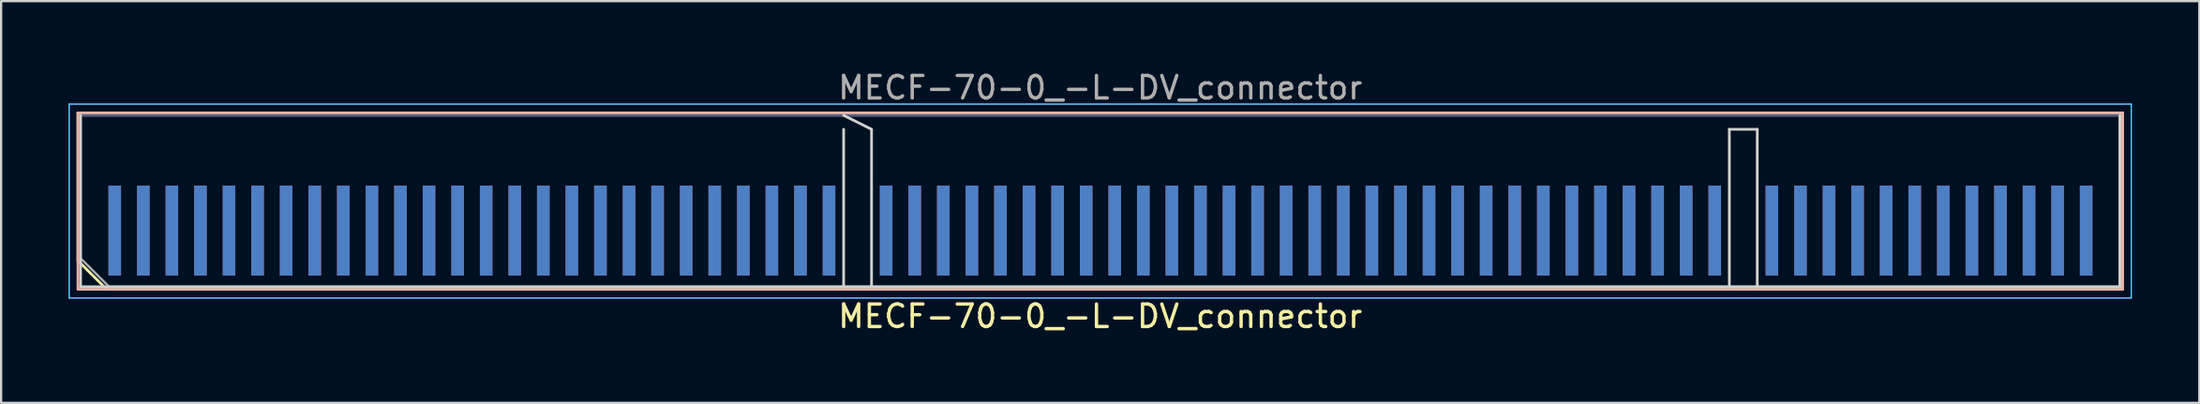
<source format=kicad_pcb>
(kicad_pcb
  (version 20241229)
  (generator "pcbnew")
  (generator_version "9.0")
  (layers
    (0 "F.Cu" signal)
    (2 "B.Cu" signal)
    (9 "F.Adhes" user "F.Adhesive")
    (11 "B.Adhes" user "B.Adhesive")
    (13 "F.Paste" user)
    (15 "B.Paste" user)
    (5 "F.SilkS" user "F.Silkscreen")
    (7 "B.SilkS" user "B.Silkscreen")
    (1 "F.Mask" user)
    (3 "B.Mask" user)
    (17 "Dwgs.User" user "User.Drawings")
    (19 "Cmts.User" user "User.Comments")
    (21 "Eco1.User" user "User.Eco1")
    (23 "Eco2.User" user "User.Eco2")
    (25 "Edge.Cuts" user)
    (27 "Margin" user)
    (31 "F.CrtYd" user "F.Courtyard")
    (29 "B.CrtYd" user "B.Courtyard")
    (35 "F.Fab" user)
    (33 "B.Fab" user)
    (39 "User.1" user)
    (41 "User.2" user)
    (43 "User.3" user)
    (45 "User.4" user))
  (footprint "MECF-70-0_-L-DV_connector"
    (layer "F.Cu")
    (at 45.855 7.198)
    (property "Reference" "MECF-70-0_-L-DV_connector" (at 0 3.81 0) (layer "F.SilkS") (effects (font (size 1 1) (thickness 0.15))))
    (attr smd)
    (fp_line (start -45.44 -5.23) (end 45.44 -5.23) (stroke (width 0.12) (type solid)) (layer "F.SilkS"))
    (fp_line (start -45.44 1.34) (end -45.44 -5.23) (stroke (width 0.12) (type solid)) (layer "F.SilkS"))
    (fp_line (start -44.17 2.61) (end -45.44 1.34) (stroke (width 0.12) (type solid)) (layer "F.SilkS"))
    (fp_line (start -44.17 2.61) (end 45.44 2.61) (stroke (width 0.12) (type solid)) (layer "F.SilkS"))
    (fp_line (start 45.44 2.61) (end 45.44 -5.23) (stroke (width 0.12) (type solid)) (layer "F.SilkS"))
    (fp_line (start -45.44 -5.23) (end 45.44 -5.23) (stroke (width 0.12) (type solid)) (layer "B.SilkS"))
    (fp_line (start -45.44 2.61) (end -45.44 -5.23) (stroke (width 0.12) (type solid)) (layer "B.SilkS"))
    (fp_line (start -45.44 2.61) (end 45.44 2.61) (stroke (width 0.12) (type solid)) (layer "B.SilkS"))
    (fp_line (start 45.44 2.61) (end 45.44 -5.23) (stroke (width 0.12) (type solid)) (layer "B.SilkS"))
    (fp_line (start -45.325 2.5) (end -45.325 -5.12) (stroke (width 0.12) (type solid)) (layer "Edge.Cuts"))
    (fp_line (start -45.325 2.5) (end -11.405 2.5) (stroke (width 0.12) (type solid)) (layer "Edge.Cuts"))
    (fp_line (start -11.405 -5.12) (end -10.165 -4.5) (stroke (width 0.12) (type solid)) (layer "Edge.Cuts"))
    (fp_line (start -11.405 2.5) (end -11.405 -4.5) (stroke (width 0.12) (type solid)) (layer "Edge.Cuts"))
    (fp_line (start -11.405 2.5) (end 29.205 2.5) (stroke (width 0.12) (type solid)) (layer "Edge.Cuts"))
    (fp_line (start -10.165 2.5) (end -10.165 -4.5) (stroke (width 0.12) (type solid)) (layer "Edge.Cuts"))
    (fp_line (start 27.965 -4.5) (end 29.205 -4.5) (stroke (width 0.12) (type solid)) (layer "Edge.Cuts"))
    (fp_line (start 27.965 2.5) (end 27.965 -4.5) (stroke (width 0.12) (type solid)) (layer "Edge.Cuts"))
    (fp_line (start 29.205 2.5) (end 29.205 -4.5) (stroke (width 0.12) (type solid)) (layer "Edge.Cuts"))
    (fp_line (start 29.205 2.5) (end 45.325 2.5) (stroke (width 0.12) (type solid)) (layer "Edge.Cuts"))
    (fp_line (start 45.325 2.5) (end 45.325 -5.12) (stroke (width 0.12) (type solid)) (layer "Edge.Cuts"))
    (fp_line (start -45.83 -5.62) (end -45.83 3) (stroke (width 0.05) (type solid)) (layer "B.CrtYd"))
    (fp_line (start -45.83 3) (end 45.83 3) (stroke (width 0.05) (type solid)) (layer "B.CrtYd"))
    (fp_line (start 45.83 -5.62) (end -45.83 -5.62) (stroke (width 0.05) (type solid)) (layer "B.CrtYd"))
    (fp_line (start 45.83 3) (end 45.83 -5.62) (stroke (width 0.05) (type solid)) (layer "B.CrtYd"))
    (fp_line (start -45.83 -5.62) (end -45.83 3) (stroke (width 0.05) (type solid)) (layer "F.CrtYd"))
    (fp_line (start -45.83 3) (end 45.83 3) (stroke (width 0.05) (type solid)) (layer "F.CrtYd"))
    (fp_line (start 45.83 -5.62) (end -45.83 -5.62) (stroke (width 0.05) (type solid)) (layer "F.CrtYd"))
    (fp_line (start 45.83 3) (end 45.83 -5.62) (stroke (width 0.05) (type solid)) (layer "F.CrtYd"))
    (fp_line (start -45.325 -5.12) (end 45.325 -5.12) (stroke (width 0.1) (type solid)) (layer "B.Fab"))
    (fp_line (start -45.325 2.5) (end -45.325 -5.12) (stroke (width 0.1) (type solid)) (layer "B.Fab"))
    (fp_line (start -45.325 2.5) (end 45.325 2.5) (stroke (width 0.1) (type solid)) (layer "B.Fab"))
    (fp_line (start 45.325 2.5) (end 45.325 -5.12) (stroke (width 0.1) (type solid)) (layer "B.Fab"))
    (fp_line (start -45.325 -5.12) (end 45.325 -5.12) (stroke (width 0.1) (type solid)) (layer "F.Fab"))
    (fp_line (start -45.325 1.23) (end -45.325 -5.12) (stroke (width 0.1) (type solid)) (layer "F.Fab"))
    (fp_line (start -45.325 1.23) (end -44.055 2.5) (stroke (width 0.1) (type solid)) (layer "F.Fab"))
    (fp_line (start -44.055 2.5) (end 45.325 2.5) (stroke (width 0.1) (type solid)) (layer "F.Fab"))
    (fp_line (start 45.325 2.5) (end 45.325 -5.12) (stroke (width 0.1) (type solid)) (layer "F.Fab"))
    (fp_text user "${REFERENCE}" (at 0 -6.35 0) (layer "F.Fab") (effects (font (size 1 1) (thickness 0.15))))
    (pad "1" smd rect (at -43.805 0) (size 0.56 4) (layers "F.Cu" "F.Mask" "F.Paste"))
    (pad "2" smd rect (at -43.805 0) (size 0.56 4) (layers "B.Cu" "B.Mask" "B.Paste"))
    (pad "3" smd rect (at -42.535 0) (size 0.56 4) (layers "F.Cu" "F.Mask" "F.Paste"))
    (pad "4" smd rect (at -42.535 0) (size 0.56 4) (layers "B.Cu" "B.Mask" "B.Paste"))
    (pad "5" smd rect (at -41.265 0) (size 0.56 4) (layers "F.Cu" "F.Mask" "F.Paste"))
    (pad "6" smd rect (at -41.265 0) (size 0.56 4) (layers "B.Cu" "B.Mask" "B.Paste"))
    (pad "7" smd rect (at -39.995 0) (size 0.56 4) (layers "F.Cu" "F.Mask" "F.Paste"))
    (pad "8" smd rect (at -39.995 0) (size 0.56 4) (layers "B.Cu" "B.Mask" "B.Paste"))
    (pad "9" smd rect (at -38.725 0) (size 0.56 4) (layers "F.Cu" "F.Mask" "F.Paste"))
    (pad "10" smd rect (at -38.725 0) (size 0.56 4) (layers "B.Cu" "B.Mask" "B.Paste"))
    (pad "11" smd rect (at -37.455 0) (size 0.56 4) (layers "F.Cu" "F.Mask" "F.Paste"))
    (pad "12" smd rect (at -37.455 0) (size 0.56 4) (layers "B.Cu" "B.Mask" "B.Paste"))
    (pad "13" smd rect (at -36.185 0) (size 0.56 4) (layers "F.Cu" "F.Mask" "F.Paste"))
    (pad "14" smd rect (at -36.185 0) (size 0.56 4) (layers "B.Cu" "B.Mask" "B.Paste"))
    (pad "15" smd rect (at -34.915 0) (size 0.56 4) (layers "F.Cu" "F.Mask" "F.Paste"))
    (pad "16" smd rect (at -34.915 0) (size 0.56 4) (layers "B.Cu" "B.Mask" "B.Paste"))
    (pad "17" smd rect (at -33.645 0) (size 0.56 4) (layers "F.Cu" "F.Mask" "F.Paste"))
    (pad "18" smd rect (at -33.645 0) (size 0.56 4) (layers "B.Cu" "B.Mask" "B.Paste"))
    (pad "19" smd rect (at -32.375 0) (size 0.56 4) (layers "F.Cu" "F.Mask" "F.Paste"))
    (pad "20" smd rect (at -32.375 0) (size 0.56 4) (layers "B.Cu" "B.Mask" "B.Paste"))
    (pad "21" smd rect (at -31.105 0) (size 0.56 4) (layers "F.Cu" "F.Mask" "F.Paste"))
    (pad "22" smd rect (at -31.105 0) (size 0.56 4) (layers "B.Cu" "B.Mask" "B.Paste"))
    (pad "23" smd rect (at -29.835 0) (size 0.56 4) (layers "F.Cu" "F.Mask" "F.Paste"))
    (pad "24" smd rect (at -29.835 0) (size 0.56 4) (layers "B.Cu" "B.Mask" "B.Paste"))
    (pad "25" smd rect (at -28.565 0) (size 0.56 4) (layers "F.Cu" "F.Mask" "F.Paste"))
    (pad "26" smd rect (at -28.565 0) (size 0.56 4) (layers "B.Cu" "B.Mask" "B.Paste"))
    (pad "27" smd rect (at -27.295 0) (size 0.56 4) (layers "F.Cu" "F.Mask" "F.Paste"))
    (pad "28" smd rect (at -27.295 0) (size 0.56 4) (layers "B.Cu" "B.Mask" "B.Paste"))
    (pad "29" smd rect (at -26.025 0) (size 0.56 4) (layers "F.Cu" "F.Mask" "F.Paste"))
    (pad "30" smd rect (at -26.025 0) (size 0.56 4) (layers "B.Cu" "B.Mask" "B.Paste"))
    (pad "31" smd rect (at -24.755 0) (size 0.56 4) (layers "F.Cu" "F.Mask" "F.Paste"))
    (pad "32" smd rect (at -24.755 0) (size 0.56 4) (layers "B.Cu" "B.Mask" "B.Paste"))
    (pad "33" smd rect (at -23.485 0) (size 0.56 4) (layers "F.Cu" "F.Mask" "F.Paste"))
    (pad "34" smd rect (at -23.485 0) (size 0.56 4) (layers "B.Cu" "B.Mask" "B.Paste"))
    (pad "35" smd rect (at -22.215 0) (size 0.56 4) (layers "F.Cu" "F.Mask" "F.Paste"))
    (pad "36" smd rect (at -22.215 0) (size 0.56 4) (layers "B.Cu" "B.Mask" "B.Paste"))
    (pad "37" smd rect (at -20.945 0) (size 0.56 4) (layers "F.Cu" "F.Mask" "F.Paste"))
    (pad "38" smd rect (at -20.945 0) (size 0.56 4) (layers "B.Cu" "B.Mask" "B.Paste"))
    (pad "39" smd rect (at -19.675 0) (size 0.56 4) (layers "F.Cu" "F.Mask" "F.Paste"))
    (pad "40" smd rect (at -19.675 0) (size 0.56 4) (layers "B.Cu" "B.Mask" "B.Paste"))
    (pad "41" smd rect (at -18.405 0) (size 0.56 4) (layers "F.Cu" "F.Mask" "F.Paste"))
    (pad "42" smd rect (at -18.405 0) (size 0.56 4) (layers "B.Cu" "B.Mask" "B.Paste"))
    (pad "43" smd rect (at -17.135 0) (size 0.56 4) (layers "F.Cu" "F.Mask" "F.Paste"))
    (pad "44" smd rect (at -17.135 0) (size 0.56 4) (layers "B.Cu" "B.Mask" "B.Paste"))
    (pad "45" smd rect (at -15.865 0) (size 0.56 4) (layers "F.Cu" "F.Mask" "F.Paste"))
    (pad "46" smd rect (at -15.865 0) (size 0.56 4) (layers "B.Cu" "B.Mask" "B.Paste"))
    (pad "47" smd rect (at -14.595 0) (size 0.56 4) (layers "F.Cu" "F.Mask" "F.Paste"))
    (pad "48" smd rect (at -14.595 0) (size 0.56 4) (layers "B.Cu" "B.Mask" "B.Paste"))
    (pad "49" smd rect (at -13.325 0) (size 0.56 4) (layers "F.Cu" "F.Mask" "F.Paste"))
    (pad "50" smd rect (at -13.325 0) (size 0.56 4) (layers "B.Cu" "B.Mask" "B.Paste"))
    (pad "51" smd rect (at -12.055 0) (size 0.56 4) (layers "F.Cu" "F.Mask" "F.Paste"))
    (pad "52" smd rect (at -12.055 0) (size 0.56 4) (layers "B.Cu" "B.Mask" "B.Paste"))
    (pad "55" smd rect (at -9.515 0) (size 0.56 4) (layers "F.Cu" "F.Mask" "F.Paste"))
    (pad "56" smd rect (at -9.515 0) (size 0.56 4) (layers "B.Cu" "B.Mask" "B.Paste"))
    (pad "57" smd rect (at -8.245 0) (size 0.56 4) (layers "F.Cu" "F.Mask" "F.Paste"))
    (pad "58" smd rect (at -8.245 0) (size 0.56 4) (layers "B.Cu" "B.Mask" "B.Paste"))
    (pad "59" smd rect (at -6.975 0) (size 0.56 4) (layers "F.Cu" "F.Mask" "F.Paste"))
    (pad "60" smd rect (at -6.975 0) (size 0.56 4) (layers "B.Cu" "B.Mask" "B.Paste"))
    (pad "61" smd rect (at -5.705 0) (size 0.56 4) (layers "F.Cu" "F.Mask" "F.Paste"))
    (pad "62" smd rect (at -5.705 0) (size 0.56 4) (layers "B.Cu" "B.Mask" "B.Paste"))
    (pad "63" smd rect (at -4.435 0) (size 0.56 4) (layers "F.Cu" "F.Mask" "F.Paste"))
    (pad "64" smd rect (at -4.435 0) (size 0.56 4) (layers "B.Cu" "B.Mask" "B.Paste"))
    (pad "65" smd rect (at -3.165 0) (size 0.56 4) (layers "F.Cu" "F.Mask" "F.Paste"))
    (pad "66" smd rect (at -3.165 0) (size 0.56 4) (layers "B.Cu" "B.Mask" "B.Paste"))
    (pad "67" smd rect (at -1.895 0) (size 0.56 4) (layers "F.Cu" "F.Mask" "F.Paste"))
    (pad "68" smd rect (at -1.895 0) (size 0.56 4) (layers "B.Cu" "B.Mask" "B.Paste"))
    (pad "69" smd rect (at -0.625 0) (size 0.56 4) (layers "F.Cu" "F.Mask" "F.Paste"))
    (pad "70" smd rect (at -0.625 0) (size 0.56 4) (layers "B.Cu" "B.Mask" "B.Paste"))
    (pad "71" smd rect (at 0.645 0) (size 0.56 4) (layers "F.Cu" "F.Mask" "F.Paste"))
    (pad "72" smd rect (at 0.645 0) (size 0.56 4) (layers "B.Cu" "B.Mask" "B.Paste"))
    (pad "73" smd rect (at 1.915 0) (size 0.56 4) (layers "F.Cu" "F.Mask" "F.Paste"))
    (pad "74" smd rect (at 1.915 0) (size 0.56 4) (layers "B.Cu" "B.Mask" "B.Paste"))
    (pad "75" smd rect (at 3.185 0) (size 0.56 4) (layers "F.Cu" "F.Mask" "F.Paste"))
    (pad "76" smd rect (at 3.185 0) (size 0.56 4) (layers "B.Cu" "B.Mask" "B.Paste"))
    (pad "77" smd rect (at 4.455 0) (size 0.56 4) (layers "F.Cu" "F.Mask" "F.Paste"))
    (pad "78" smd rect (at 4.455 0) (size 0.56 4) (layers "B.Cu" "B.Mask" "B.Paste"))
    (pad "79" smd rect (at 5.725 0) (size 0.56 4) (layers "F.Cu" "F.Mask" "F.Paste"))
    (pad "80" smd rect (at 5.725 0) (size 0.56 4) (layers "B.Cu" "B.Mask" "B.Paste"))
    (pad "81" smd rect (at 6.995 0) (size 0.56 4) (layers "F.Cu" "F.Mask" "F.Paste"))
    (pad "82" smd rect (at 6.995 0) (size 0.56 4) (layers "B.Cu" "B.Mask" "B.Paste"))
    (pad "83" smd rect (at 8.265 0) (size 0.56 4) (layers "F.Cu" "F.Mask" "F.Paste"))
    (pad "84" smd rect (at 8.265 0) (size 0.56 4) (layers "B.Cu" "B.Mask" "B.Paste"))
    (pad "85" smd rect (at 9.535 0) (size 0.56 4) (layers "F.Cu" "F.Mask" "F.Paste"))
    (pad "86" smd rect (at 9.535 0) (size 0.56 4) (layers "B.Cu" "B.Mask" "B.Paste"))
    (pad "87" smd rect (at 10.805 0) (size 0.56 4) (layers "F.Cu" "F.Mask" "F.Paste"))
    (pad "88" smd rect (at 10.805 0) (size 0.56 4) (layers "B.Cu" "B.Mask" "B.Paste"))
    (pad "89" smd rect (at 12.075 0) (size 0.56 4) (layers "F.Cu" "F.Mask" "F.Paste"))
    (pad "90" smd rect (at 12.075 0) (size 0.56 4) (layers "B.Cu" "B.Mask" "B.Paste"))
    (pad "91" smd rect (at 13.345 0) (size 0.56 4) (layers "F.Cu" "F.Mask" "F.Paste"))
    (pad "92" smd rect (at 13.345 0) (size 0.56 4) (layers "B.Cu" "B.Mask" "B.Paste"))
    (pad "93" smd rect (at 14.615 0) (size 0.56 4) (layers "F.Cu" "F.Mask" "F.Paste"))
    (pad "94" smd rect (at 14.615 0) (size 0.56 4) (layers "B.Cu" "B.Mask" "B.Paste"))
    (pad "95" smd rect (at 15.885 0) (size 0.56 4) (layers "F.Cu" "F.Mask" "F.Paste"))
    (pad "96" smd rect (at 15.885 0) (size 0.56 4) (layers "B.Cu" "B.Mask" "B.Paste"))
    (pad "97" smd rect (at 17.155 0) (size 0.56 4) (layers "F.Cu" "F.Mask" "F.Paste"))
    (pad "98" smd rect (at 17.155 0) (size 0.56 4) (layers "B.Cu" "B.Mask" "B.Paste"))
    (pad "99" smd rect (at 18.425 0) (size 0.56 4) (layers "F.Cu" "F.Mask" "F.Paste"))
    (pad "100" smd rect (at 18.425 0) (size 0.56 4) (layers "B.Cu" "B.Mask" "B.Paste"))
    (pad "101" smd rect (at 19.695 0) (size 0.56 4) (layers "F.Cu" "F.Mask" "F.Paste"))
    (pad "102" smd rect (at 19.695 0) (size 0.56 4) (layers "B.Cu" "B.Mask" "B.Paste"))
    (pad "103" smd rect (at 20.965 0) (size 0.56 4) (layers "F.Cu" "F.Mask" "F.Paste"))
    (pad "104" smd rect (at 20.965 0) (size 0.56 4) (layers "B.Cu" "B.Mask" "B.Paste"))
    (pad "105" smd rect (at 22.235 0) (size 0.56 4) (layers "F.Cu" "F.Mask" "F.Paste"))
    (pad "106" smd rect (at 22.235 0) (size 0.56 4) (layers "B.Cu" "B.Mask" "B.Paste"))
    (pad "107" smd rect (at 23.505 0) (size 0.56 4) (layers "F.Cu" "F.Mask" "F.Paste"))
    (pad "108" smd rect (at 23.505 0) (size 0.56 4) (layers "B.Cu" "B.Mask" "B.Paste"))
    (pad "109" smd rect (at 24.775 0) (size 0.56 4) (layers "F.Cu" "F.Mask" "F.Paste"))
    (pad "110" smd rect (at 24.775 0) (size 0.56 4) (layers "B.Cu" "B.Mask" "B.Paste"))
    (pad "111" smd rect (at 26.045 0) (size 0.56 4) (layers "F.Cu" "F.Mask" "F.Paste"))
    (pad "112" smd rect (at 26.045 0) (size 0.56 4) (layers "B.Cu" "B.Mask" "B.Paste"))
    (pad "113" smd rect (at 27.315 0) (size 0.56 4) (layers "F.Cu" "F.Mask" "F.Paste"))
    (pad "114" smd rect (at 27.315 0) (size 0.56 4) (layers "B.Cu" "B.Mask" "B.Paste"))
    (pad "117" smd rect (at 29.855 0) (size 0.56 4) (layers "F.Cu" "F.Mask" "F.Paste"))
    (pad "118" smd rect (at 29.855 0) (size 0.56 4) (layers "B.Cu" "B.Mask" "B.Paste"))
    (pad "119" smd rect (at 31.125 0) (size 0.56 4) (layers "F.Cu" "F.Mask" "F.Paste"))
    (pad "120" smd rect (at 31.125 0) (size 0.56 4) (layers "B.Cu" "B.Mask" "B.Paste"))
    (pad "121" smd rect (at 32.395 0) (size 0.56 4) (layers "F.Cu" "F.Mask" "F.Paste"))
    (pad "122" smd rect (at 32.395 0) (size 0.56 4) (layers "B.Cu" "B.Mask" "B.Paste"))
    (pad "123" smd rect (at 33.665 0) (size 0.56 4) (layers "F.Cu" "F.Mask" "F.Paste"))
    (pad "124" smd rect (at 33.665 0) (size 0.56 4) (layers "B.Cu" "B.Mask" "B.Paste"))
    (pad "125" smd rect (at 34.935 0) (size 0.56 4) (layers "F.Cu" "F.Mask" "F.Paste"))
    (pad "126" smd rect (at 34.935 0) (size 0.56 4) (layers "B.Cu" "B.Mask" "B.Paste"))
    (pad "127" smd rect (at 36.205 0) (size 0.56 4) (layers "F.Cu" "F.Mask" "F.Paste"))
    (pad "128" smd rect (at 36.205 0) (size 0.56 4) (layers "B.Cu" "B.Mask" "B.Paste"))
    (pad "129" smd rect (at 37.475 0) (size 0.56 4) (layers "F.Cu" "F.Mask" "F.Paste"))
    (pad "130" smd rect (at 37.475 0) (size 0.56 4) (layers "B.Cu" "B.Mask" "B.Paste"))
    (pad "131" smd rect (at 38.745 0) (size 0.56 4) (layers "F.Cu" "F.Mask" "F.Paste"))
    (pad "132" smd rect (at 38.745 0) (size 0.56 4) (layers "B.Cu" "B.Mask" "B.Paste"))
    (pad "133" smd rect (at 40.015 0) (size 0.56 4) (layers "F.Cu" "F.Mask" "F.Paste"))
    (pad "134" smd rect (at 40.015 0) (size 0.56 4) (layers "B.Cu" "B.Mask" "B.Paste"))
    (pad "135" smd rect (at 41.285 0) (size 0.56 4) (layers "F.Cu" "F.Mask" "F.Paste"))
    (pad "136" smd rect (at 41.285 0) (size 0.56 4) (layers "B.Cu" "B.Mask" "B.Paste"))
    (pad "137" smd rect (at 42.555 0) (size 0.56 4) (layers "F.Cu" "F.Mask" "F.Paste"))
    (pad "138" smd rect (at 42.555 0) (size 0.56 4) (layers "B.Cu" "B.Mask" "B.Paste"))
    (pad "139" smd rect (at 43.825 0) (size 0.56 4) (layers "F.Cu" "F.Mask" "F.Paste"))
    (pad "140" smd rect (at 43.825 0) (size 0.56 4) (layers "B.Cu" "B.Mask" "B.Paste")))
  (gr_rect
    (start -3 -3)
    (end 94.71 14.857)
    (stroke (width 0.1) (type default))
    (fill no)
    (layer "Edge.Cuts")))
</source>
